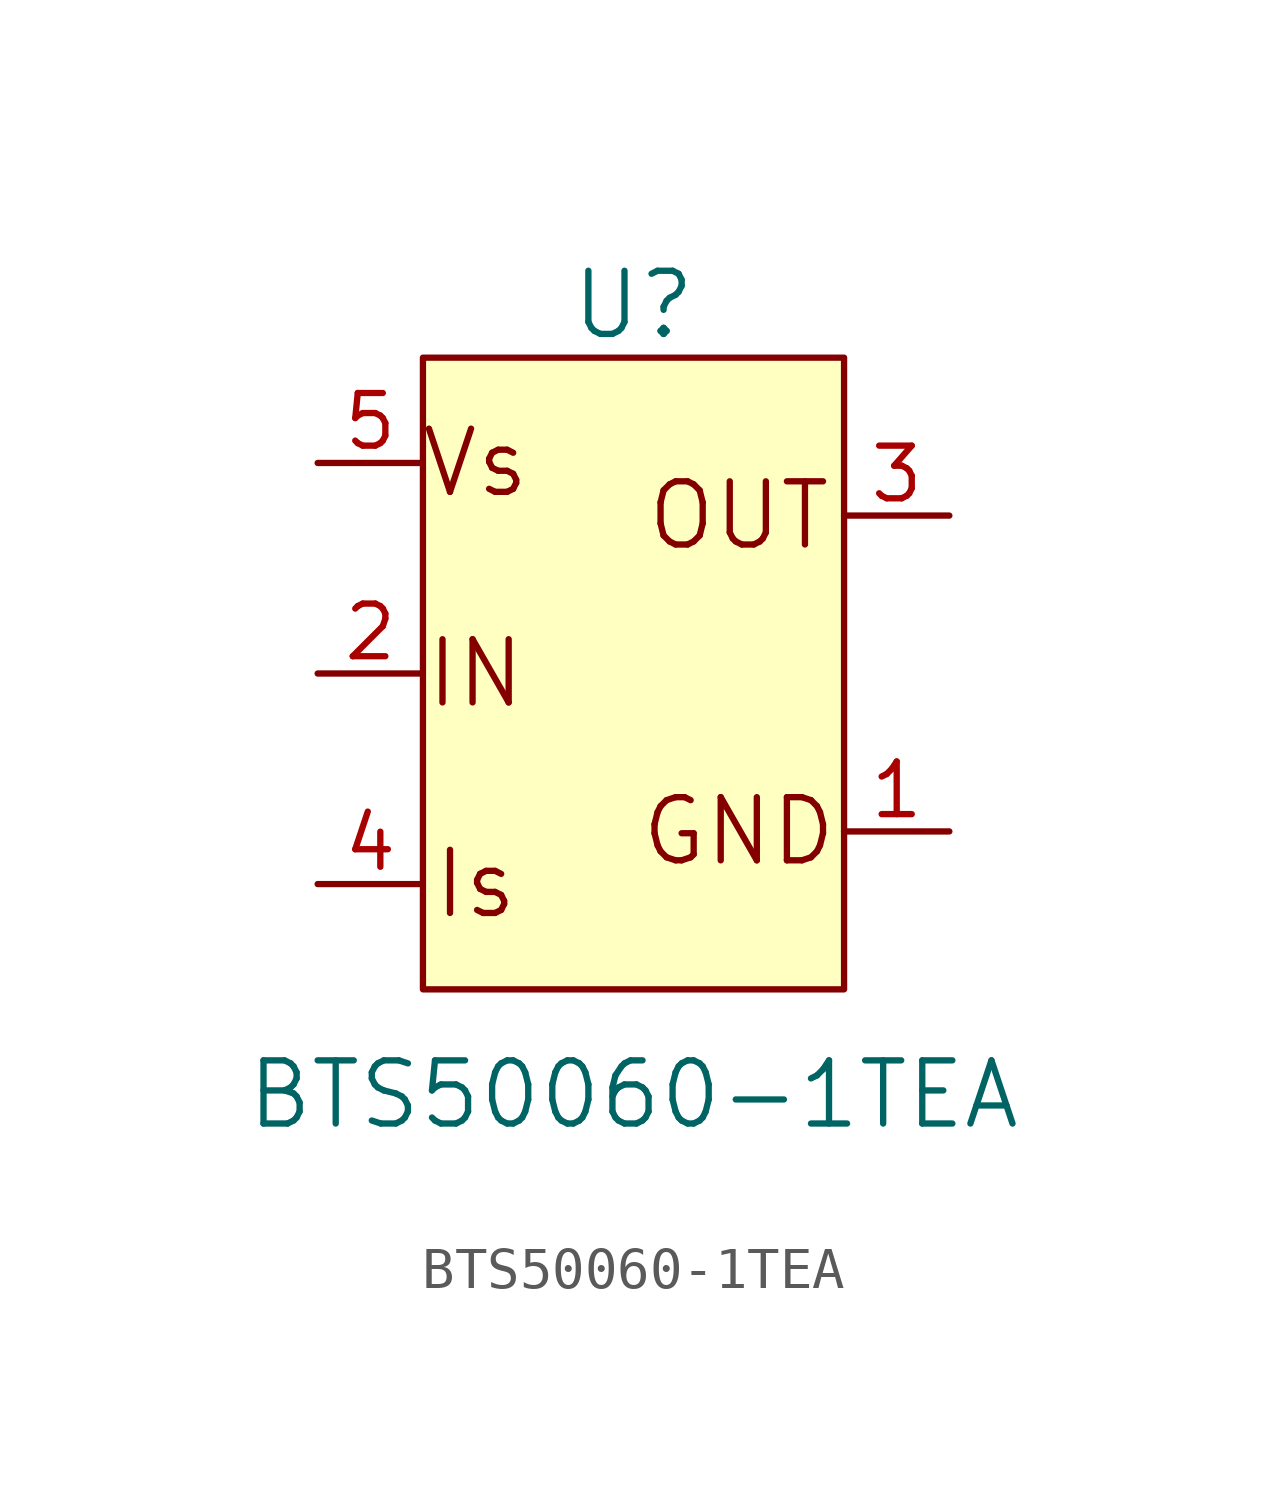
<source format=kicad_sym>
(kicad_symbol_lib
  (version 20220914)
  (generator kicad_symbol_editor)
  (symbol "BTS50060-1TEA"
    (pin_names
      (offset 0) hide)
    (property "Reference" "U"
      (at 0 8.89 0)
      (effects (font (size 1.524 1.524))))
    (property "Value" "BTS50060-1TEA"
      (at 0 -10.16 0)
      (effects (font (size 1.524 1.524))))
    (symbol "BTS50060-1TEA_0_0"
      (rectangle (start -5.08 7.62) (end 5.08 -7.62) (stroke (width 0) (type default)) (fill (type background)))
      (text "GND" (at 2.54 -3.81 0) (effects (font (size 1.524 1.524))))
      (text "IN" (at -3.81 0 0) (effects (font (size 1.524 1.524))))
      (text "Is" (at -3.81 -5.08 0) (effects (font (size 1.524 1.524))))
      (text "OUT" (at 2.54 3.81 0) (effects (font (size 1.524 1.524))))
      (text "Vs" (at -3.81 5.08 0) (effects (font (size 1.524 1.524)))))
    (symbol "BTS50060-1TEA_1_1"
      (pin input line (at 7.62 -3.81 180) (length 2.54) (name "GND" (effects (font (size 1.27 1.27)))) (number "1" (effects (font (size 1.27 1.27)))))
      (pin input line (at -7.62 0 0) (length 2.54) (name "IN" (effects (font (size 1.27 1.27)))) (number "2" (effects (font (size 1.27 1.27)))))
      (pin input line (at 7.62 3.81 180) (length 2.54) (name "OUT" (effects (font (size 1.27 1.27)))) (number "3" (effects (font (size 1.27 1.27)))))
      (pin input line (at -7.62 -5.08 0) (length 2.54) (name "IS" (effects (font (size 1.27 1.27)))) (number "4" (effects (font (size 1.27 1.27)))))
      (pin input line (at -7.62 5.08 0) (length 2.54) (name "Vin" (effects (font (size 1.27 1.27)))) (number "5" (effects (font (size 1.27 1.27))))))))
</source>
